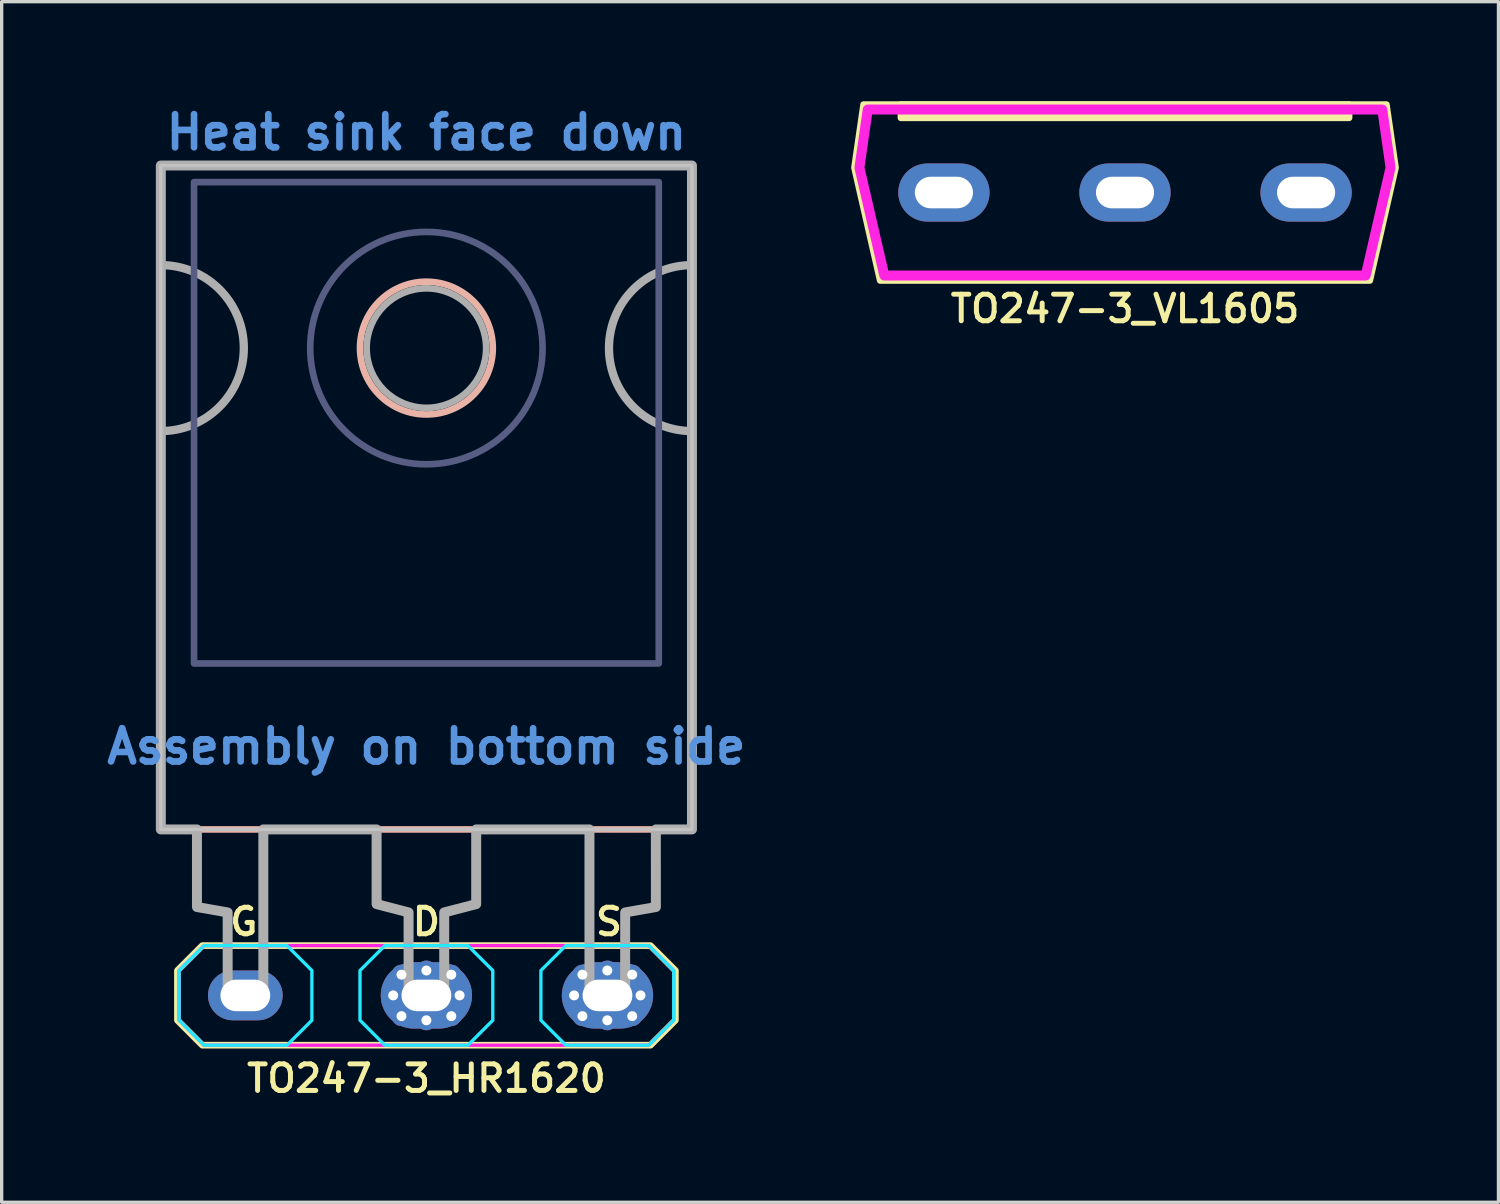
<source format=kicad_pcb>
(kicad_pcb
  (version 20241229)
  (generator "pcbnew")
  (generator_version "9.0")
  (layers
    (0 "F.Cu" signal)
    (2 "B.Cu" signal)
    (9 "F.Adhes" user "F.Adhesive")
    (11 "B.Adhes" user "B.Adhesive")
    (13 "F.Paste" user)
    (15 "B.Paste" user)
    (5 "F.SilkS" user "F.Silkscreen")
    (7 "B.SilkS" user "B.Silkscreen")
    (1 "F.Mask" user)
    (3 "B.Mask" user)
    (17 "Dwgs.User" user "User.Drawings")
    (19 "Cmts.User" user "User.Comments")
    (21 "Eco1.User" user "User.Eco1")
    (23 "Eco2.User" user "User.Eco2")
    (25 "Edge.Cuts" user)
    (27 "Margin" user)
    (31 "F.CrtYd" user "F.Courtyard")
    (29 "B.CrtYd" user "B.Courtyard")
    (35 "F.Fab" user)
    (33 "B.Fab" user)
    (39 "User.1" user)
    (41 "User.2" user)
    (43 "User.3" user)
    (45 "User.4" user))
  (footprint "TO247-3_VL1605"
    (layer "F.Cu")
    (at 30.84 2.75)
    (property "Reference" "TO247-3_VL1605" (at 0 3.5 0) (unlocked yes) (layer "F.SilkS") (effects (font (size 0.8 0.8) (thickness 0.15))))
    (attr through_hole)
    (fp_rect (start -6.75 -2.65) (end 6.75 -2.25) (stroke (width 0.2) (type solid)) (fill yes) (layer "F.SilkS"))
    (fp_poly (pts (xy -8.15 -0.75) (xy -7.875 -2.65) (xy 7.875 -2.65) (xy 8.15 -0.75) (xy 7.375 2.65) (xy -7.375 2.65)) (stroke (width 0.2) (type solid)) (fill no) (layer "F.SilkS"))
    (fp_line (start -0.25 0) (end 0.25 0) (stroke (width 0.1) (type default)) (layer "Dwgs.User"))
    (fp_line (start 0 -0.25) (end 0 0.25) (stroke (width 0.1) (type default)) (layer "Dwgs.User"))
    (fp_poly (pts (xy -7.75 -2.5) (xy -8 -0.75) (xy -7.25 2.5) (xy 7.25 2.5) (xy 8 -0.75) (xy 7.75 -2.5)) (stroke (width 0.3) (type solid)) (fill no) (layer "F.CrtYd"))
    (pad "D" thru_hole oval (at 0 0) (size 2.75 1.75) (drill oval 1.75 0.95) (layers "*.Cu" "*.Mask"))
    (pad "G" thru_hole oval (at -5.455 0) (size 2.75 1.75) (drill oval 1.75 0.95) (layers "*.Cu" "*.Mask"))
    (pad "S" thru_hole oval (at 5.455 0) (size 2.75 1.75) (drill oval 1.75 0.95) (layers "*.Cu" "*.Mask")))
  (footprint "TO247-3_HR1620"
    (layer "F.Cu")
    (at 9.795 26.936)
    (property "Reference" "TO247-3_HR1620" (at 0 2.5 0) (unlocked yes) (layer "F.SilkS") (effects (font (size 0.8 0.8) (thickness 0.15))))
    (attr through_hole)
    (fp_poly (pts (xy -7.5 -0.75) (xy -6.75 -1.5) (xy 6.75 -1.5) (xy 7.5 -0.75) (xy 7.5 0.75) (xy 6.75 1.5) (xy -6.75 1.5) (xy -7.5 0.75)) (stroke (width 0.2) (type solid)) (fill no) (layer "F.SilkS"))
    (fp_line (start -6.9 -2.65) (end -6.9 -3.75) (stroke (width 0.2) (type default)) (layer "B.SilkS"))
    (fp_line (start -6 -2.5) (end -6.9 -2.65) (stroke (width 0.2) (type default)) (layer "B.SilkS"))
    (fp_line (start -6 -1.25) (end -6 -2.5) (stroke (width 0.2) (type default)) (layer "B.SilkS"))
    (fp_line (start -4.9 -1.25) (end -4.9 -3.75) (stroke (width 0.2) (type default)) (layer "B.SilkS"))
    (fp_line (start -1.5 -2.75) (end -1.5 -3.75) (stroke (width 0.2) (type default)) (layer "B.SilkS"))
    (fp_line (start -0.55 -2.5) (end -1.5 -2.75) (stroke (width 0.2) (type default)) (layer "B.SilkS"))
    (fp_line (start -0.55 -1.25) (end -0.55 -2.5) (stroke (width 0.2) (type default)) (layer "B.SilkS"))
    (fp_line (start 0.55 -2.5) (end 1.5 -2.75) (stroke (width 0.2) (type default)) (layer "B.SilkS"))
    (fp_line (start 0.55 -1.25) (end 0.55 -2.5) (stroke (width 0.2) (type default)) (layer "B.SilkS"))
    (fp_line (start 1.5 -2.75) (end 1.5 -3.75) (stroke (width 0.2) (type default)) (layer "B.SilkS"))
    (fp_line (start 4.9 -1.25) (end 4.9 -3.75) (stroke (width 0.2) (type default)) (layer "B.SilkS"))
    (fp_line (start 6 -2.5) (end 6.9 -2.65) (stroke (width 0.2) (type default)) (layer "B.SilkS"))
    (fp_line (start 6 -1.25) (end 6 -2.5) (stroke (width 0.2) (type default)) (layer "B.SilkS"))
    (fp_line (start 6.9 -2.65) (end 6.9 -3.75) (stroke (width 0.2) (type default)) (layer "B.SilkS"))
    (fp_rect (start -8 -25) (end 8 -5) (stroke (width 0.2) (type default)) (fill no) (layer "B.SilkS"))
    (fp_circle (center 0 -19.5) (end 2 -19.5) (stroke (width 0.2) (type default)) (fill no) (layer "B.SilkS"))
    (fp_line (start -0.25 0) (end 0.25 0) (stroke (width 0.1) (type default)) (layer "Dwgs.User"))
    (fp_line (start 0 -0.25) (end 0 0.25) (stroke (width 0.1) (type default)) (layer "Dwgs.User"))
    (fp_rect (start -8 -25) (end 8 -5) (stroke (width 0.1) (type default)) (fill no) (layer "Dwgs.User"))
    (fp_poly (pts (xy -7.45 -0.75) (xy -6.7 -1.5) (xy -4.2 -1.5) (xy -3.45 -0.75) (xy -3.45 0.75) (xy -4.2 1.5) (xy -6.7 1.5) (xy -7.45 0.75)) (stroke (width 0.1) (type solid)) (fill no) (layer "B.CrtYd"))
    (fp_poly (pts (xy -2 -0.75) (xy -1.25 -1.5) (xy 1.25 -1.5) (xy 2 -0.75) (xy 2 0.75) (xy 1.25 1.5) (xy -1.25 1.5) (xy -2 0.75)) (stroke (width 0.1) (type solid)) (fill no) (layer "B.CrtYd"))
    (fp_poly (pts (xy 3.45 -0.75) (xy 4.2 -1.5) (xy 6.7 -1.5) (xy 7.45 -0.75) (xy 7.45 0.75) (xy 6.7 1.5) (xy 4.2 1.5) (xy 3.45 0.75)) (stroke (width 0.1) (type solid)) (fill no) (layer "B.CrtYd"))
    (fp_poly (pts (xy -7.45 -0.75) (xy -6.7 -1.5) (xy 6.7 -1.5) (xy 7.45 -0.75) (xy 7.45 0.75) (xy 6.7 1.5) (xy -6.7 1.5) (xy -7.45 0.75)) (stroke (width 0.1) (type solid)) (fill no) (layer "F.CrtYd"))
    (fp_rect (start -7 -24.5) (end 7 -10) (stroke (width 0.2) (type solid)) (fill no) (layer "B.Fab"))
    (fp_circle (center 0 -19.5) (end 3.5 -19.5) (stroke (width 0.2) (type default)) (fill no) (layer "B.Fab"))
    (fp_arc (start -8 -22) (mid -5.5 -19.5) (end -8 -17) (stroke (width 0.25) (type default)) (layer "F.Fab"))
    (fp_arc (start 8 -17) (mid 5.5 -19.5) (end 8 -22) (stroke (width 0.25) (type default)) (layer "F.Fab"))
    (fp_circle (center 0 -19.5) (end 1.8 -19.5) (stroke (width 0.2) (type default)) (fill no) (layer "F.Fab"))
    (fp_poly (pts (xy 8 -25) (xy 8 -5) (xy 6.912 -5) (xy 6.913 -2.662) (xy 5.988 -2.5) (xy 5.987 0) (xy 4.912 0) (xy 4.912 -5) (xy 1.5 -5) (xy 1.5 -2.75) (xy 0.537 -2.5) (xy 0.537 0.000001) (xy -0.537 -0.000001) (xy -0.537 -2.5) (xy -1.5 -2.75) (xy -1.5 -5) (xy -4.912 -5) (xy -4.912 0) (xy -5.987 0) (xy -5.987 -2.5) (xy -6.912 -2.662) (xy -6.912 -5) (xy -8 -5) (xy -8 -25)) (stroke (width 0.3) (type solid)) (fill no) (layer "F.Fab"))
    (fp_text user "D" (at 0 -1.75 0) (unlocked yes) (layer "F.SilkS") (effects (font (size 0.8 0.8) (thickness 0.15) (bold yes)) (justify bottom)))
    (fp_text user "G" (at -5.5 -1.75 0) (unlocked yes) (layer "F.SilkS") (effects (font (size 0.8 0.8) (thickness 0.15) (bold yes)) (justify bottom)))
    (fp_text user "S" (at 5.5 -1.75 0) (unlocked yes) (layer "F.SilkS") (effects (font (size 0.8 0.8) (thickness 0.15) (bold yes)) (justify bottom)))
    (fp_text user "Heat sink face down" (at 0 -26 0) (unlocked yes) (layer "Cmts.User") (effects (font (size 1 1) (thickness 0.2) (bold yes))))
    (fp_text user "Assembly on bottom side" (at 0 -7.5 0) (unlocked yes) (layer "Cmts.User") (effects (font (size 1 1) (thickness 0.2) (bold yes))))
    (pad "D" thru_hole circle (at -1 0) (size 0.6 0.6) (drill 0.3) (layers "*.Cu" "*.Mask"))
    (pad "D" thru_hole circle (at -0.75 -0.625) (size 0.6 0.6) (drill 0.3) (layers "*.Cu" "*.Mask"))
    (pad "D" thru_hole circle (at -0.75 0.625) (size 0.6 0.6) (drill 0.3) (layers "*.Cu" "*.Mask"))
    (pad "D" thru_hole circle (at 0 -0.75) (size 0.6 0.6) (drill 0.3) (layers "*.Cu" "*.Mask"))
    (pad "D" thru_hole oval (at 0 0) (size 2.75 2) (drill oval 1.5 0.95) (layers "*.Cu" "*.Mask"))
    (pad "D" thru_hole circle (at 0 0.75) (size 0.6 0.6) (drill 0.3) (layers "*.Cu" "*.Mask"))
    (pad "D" thru_hole circle (at 0.75 -0.625) (size 0.6 0.6) (drill 0.3) (layers "*.Cu" "*.Mask"))
    (pad "D" thru_hole circle (at 0.75 0.625) (size 0.6 0.6) (drill 0.3) (layers "*.Cu" "*.Mask"))
    (pad "D" thru_hole circle (at 1 0) (size 0.6 0.6) (drill 0.3) (layers "*.Cu" "*.Mask"))
    (pad "G" thru_hole oval (at -5.455 0) (size 2.25 1.5) (drill oval 1.5 0.95) (layers "*.Cu" "*.Mask"))
    (pad "S" thru_hole circle (at 4.45 0) (size 0.6 0.6) (drill 0.3) (layers "*.Cu" "*.Mask"))
    (pad "S" thru_hole circle (at 4.7 -0.625) (size 0.6 0.6) (drill 0.3) (layers "*.Cu" "*.Mask"))
    (pad "S" thru_hole circle (at 4.7 0.625) (size 0.6 0.6) (drill 0.3) (layers "*.Cu" "*.Mask"))
    (pad "S" thru_hole circle (at 5.45 -0.75) (size 0.6 0.6) (drill 0.3) (layers "*.Cu" "*.Mask"))
    (pad "S" thru_hole circle (at 5.45 0.75) (size 0.6 0.6) (drill 0.3) (layers "*.Cu" "*.Mask"))
    (pad "S" thru_hole oval (at 5.455 0) (size 2.75 2) (drill oval 1.5 0.95) (layers "*.Cu" "*.Mask"))
    (pad "S" thru_hole circle (at 6.2 -0.625) (size 0.6 0.6) (drill 0.3) (layers "*.Cu" "*.Mask"))
    (pad "S" thru_hole circle (at 6.2 0.625) (size 0.6 0.6) (drill 0.3) (layers "*.Cu" "*.Mask"))
    (pad "S" thru_hole circle (at 6.45 0) (size 0.6 0.6) (drill 0.3) (layers "*.Cu" "*.Mask")))
  (gr_rect
    (start -3 -3)
    (end 42.09 33.167)
    (stroke (width 0.1) (type default))
    (fill no)
    (layer "Edge.Cuts")))
</source>
